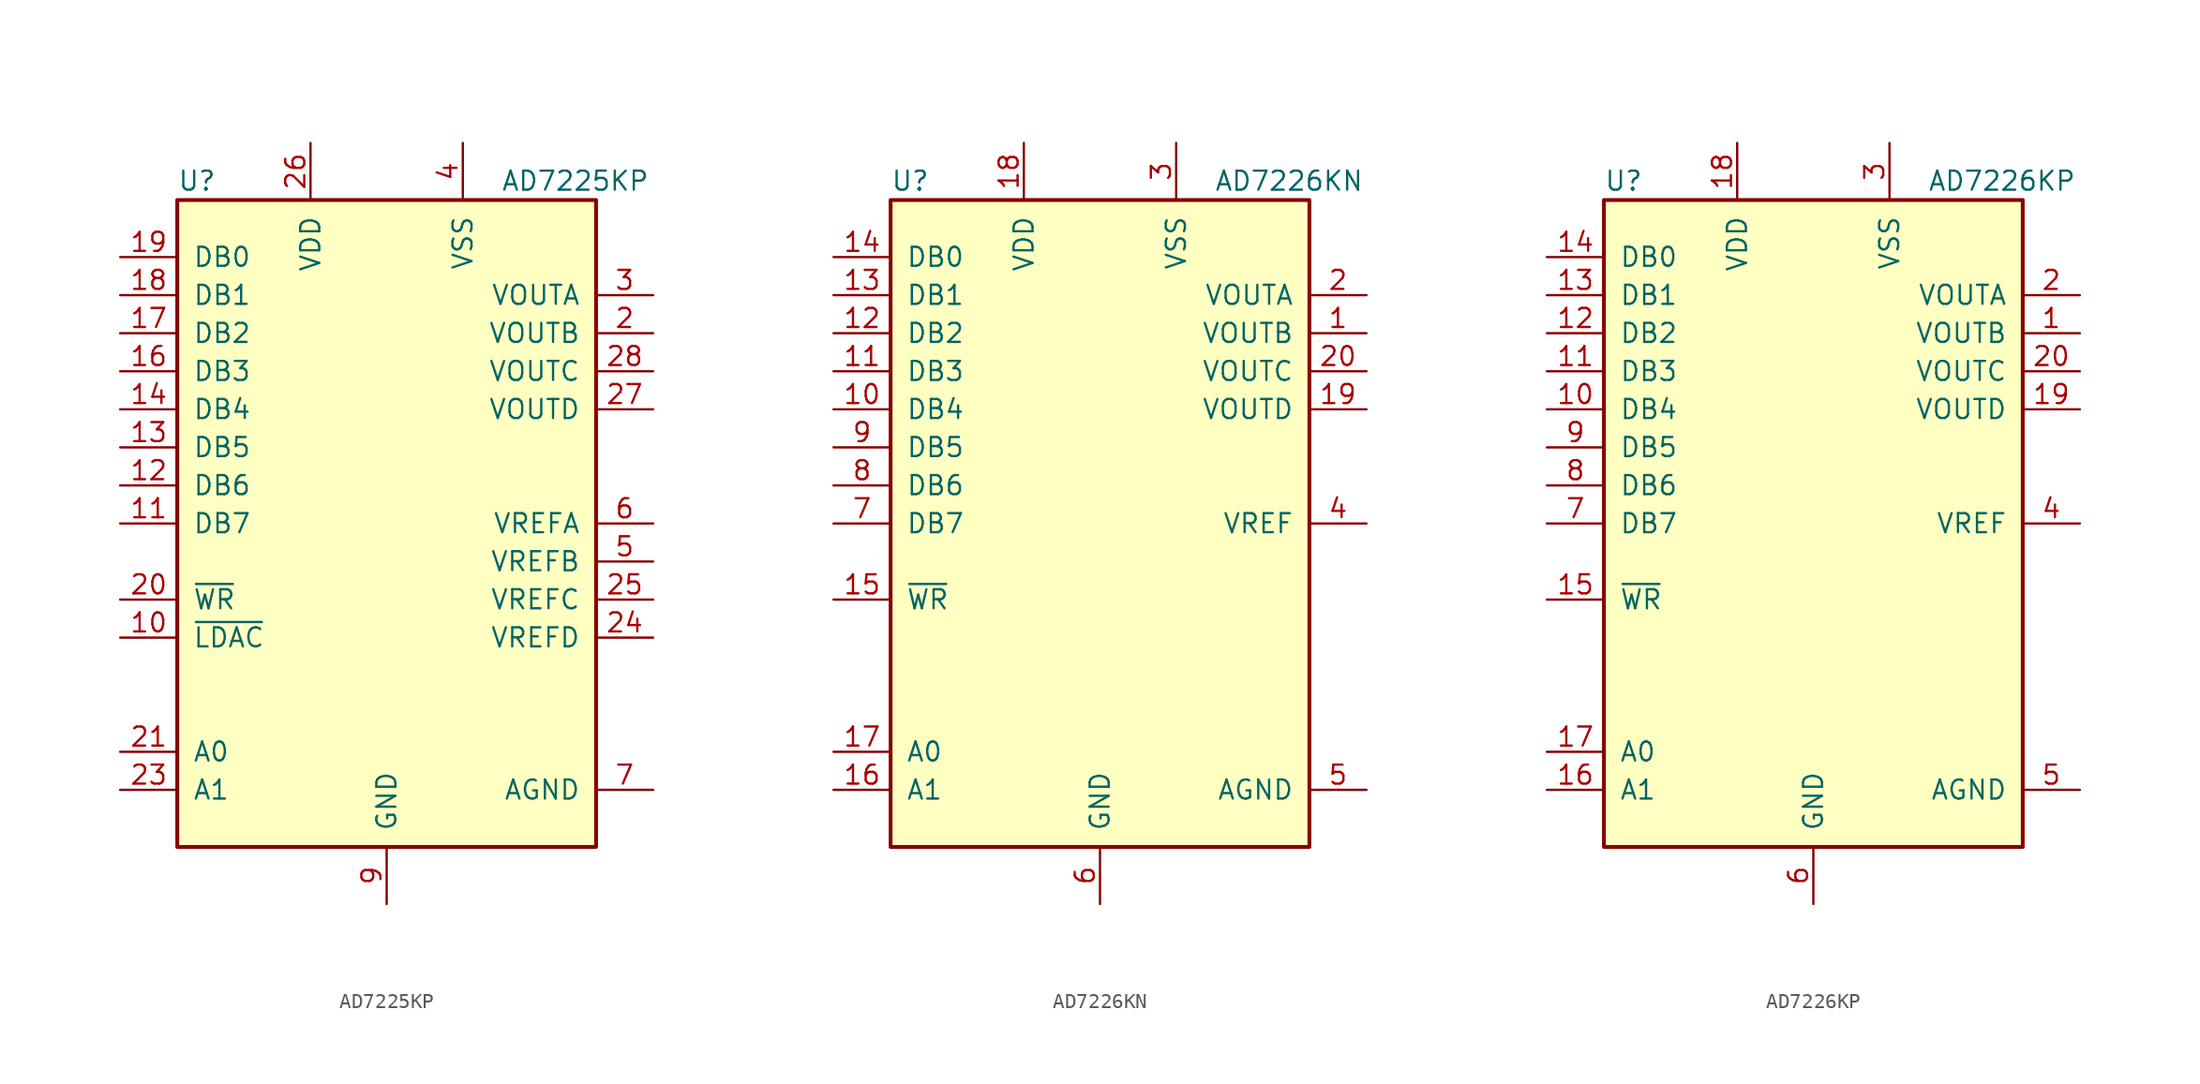
<source format=kicad_sym>
(kicad_symbol_lib
  (version 20201005)
  (generator kicad_symbol_editor)
  (symbol "Analog_DAC:AD7225KP"
    (pin_names
      (offset 1.016))
    (property "Reference" "U"
      (at -13.97 22.86 0)
      (effects (font (size 1.27 1.27)) (justify left)))
    (property "Value" "AD7225KP"
      (at 7.62 22.86 0)
      (effects (font (size 1.27 1.27)) (justify left)))
    (symbol "AD7225KP_0_1"
      (rectangle (start -13.97 -21.59) (end 13.97 21.59) (stroke (width 0.254)) (fill (type background))))
    (symbol "AD7225KP_1_1"
      (pin input line (at -17.78 -7.62 0) (length 3.81) (name "~LDAC" (effects (font (size 1.27 1.27)))) (number "10" (effects (font (size 1.27 1.27)))))
      (pin input line (at -17.78 0 0) (length 3.81) (name "DB7" (effects (font (size 1.27 1.27)))) (number "11" (effects (font (size 1.27 1.27)))))
      (pin input line (at -17.78 2.54 0) (length 3.81) (name "DB6" (effects (font (size 1.27 1.27)))) (number "12" (effects (font (size 1.27 1.27)))))
      (pin input line (at -17.78 5.08 0) (length 3.81) (name "DB5" (effects (font (size 1.27 1.27)))) (number "13" (effects (font (size 1.27 1.27)))))
      (pin input line (at -17.78 7.62 0) (length 3.81) (name "DB4" (effects (font (size 1.27 1.27)))) (number "14" (effects (font (size 1.27 1.27)))))
      (pin input line (at -17.78 10.16 0) (length 3.81) (name "DB3" (effects (font (size 1.27 1.27)))) (number "16" (effects (font (size 1.27 1.27)))))
      (pin input line (at -17.78 12.7 0) (length 3.81) (name "DB2" (effects (font (size 1.27 1.27)))) (number "17" (effects (font (size 1.27 1.27)))))
      (pin input line (at -17.78 15.24 0) (length 3.81) (name "DB1" (effects (font (size 1.27 1.27)))) (number "18" (effects (font (size 1.27 1.27)))))
      (pin input line (at -17.78 17.78 0) (length 3.81) (name "DB0" (effects (font (size 1.27 1.27)))) (number "19" (effects (font (size 1.27 1.27)))))
      (pin output line (at 17.78 12.7 180) (length 3.81) (name "VOUTB" (effects (font (size 1.27 1.27)))) (number "2" (effects (font (size 1.27 1.27)))))
      (pin input line (at -17.78 -5.08 0) (length 3.81) (name "~WR" (effects (font (size 1.27 1.27)))) (number "20" (effects (font (size 1.27 1.27)))))
      (pin input line (at -17.78 -15.24 0) (length 3.81) (name "A0" (effects (font (size 1.27 1.27)))) (number "21" (effects (font (size 1.27 1.27)))))
      (pin input line (at -17.78 -17.78 0) (length 3.81) (name "A1" (effects (font (size 1.27 1.27)))) (number "23" (effects (font (size 1.27 1.27)))))
      (pin input line (at 17.78 -7.62 180) (length 3.81) (name "VREFD" (effects (font (size 1.27 1.27)))) (number "24" (effects (font (size 1.27 1.27)))))
      (pin input line (at 17.78 -5.08 180) (length 3.81) (name "VREFC" (effects (font (size 1.27 1.27)))) (number "25" (effects (font (size 1.27 1.27)))))
      (pin power_in line (at -5.08 25.4 270) (length 3.81) (name "VDD" (effects (font (size 1.27 1.27)))) (number "26" (effects (font (size 1.27 1.27)))))
      (pin output line (at 17.78 7.62 180) (length 3.81) (name "VOUTD" (effects (font (size 1.27 1.27)))) (number "27" (effects (font (size 1.27 1.27)))))
      (pin output line (at 17.78 10.16 180) (length 3.81) (name "VOUTC" (effects (font (size 1.27 1.27)))) (number "28" (effects (font (size 1.27 1.27)))))
      (pin output line (at 17.78 15.24 180) (length 3.81) (name "VOUTA" (effects (font (size 1.27 1.27)))) (number "3" (effects (font (size 1.27 1.27)))))
      (pin power_in line (at 5.08 25.4 270) (length 3.81) (name "VSS" (effects (font (size 1.27 1.27)))) (number "4" (effects (font (size 1.27 1.27)))))
      (pin input line (at 17.78 -2.54 180) (length 3.81) (name "VREFB" (effects (font (size 1.27 1.27)))) (number "5" (effects (font (size 1.27 1.27)))))
      (pin input line (at 17.78 0 180) (length 3.81) (name "VREFA" (effects (font (size 1.27 1.27)))) (number "6" (effects (font (size 1.27 1.27)))))
      (pin input line (at 17.78 -17.78 180) (length 3.81) (name "AGND" (effects (font (size 1.27 1.27)))) (number "7" (effects (font (size 1.27 1.27)))))
      (pin power_in line (at 0 -25.4 90) (length 3.81) (name "GND" (effects (font (size 1.27 1.27)))) (number "9" (effects (font (size 1.27 1.27)))))))
  (symbol "Analog_DAC:AD7226KN"
    (pin_names
      (offset 1.016))
    (property "Reference" "U"
      (at -13.97 22.86 0)
      (effects (font (size 1.27 1.27)) (justify left)))
    (property "Value" "AD7226KN"
      (at 7.62 22.86 0)
      (effects (font (size 1.27 1.27)) (justify left)))
    (symbol "AD7226KN_0_1"
      (rectangle (start -13.97 -21.59) (end 13.97 21.59) (stroke (width 0.254)) (fill (type background))))
    (symbol "AD7226KN_1_1"
      (pin output line (at 17.78 12.7 180) (length 3.81) (name "VOUTB" (effects (font (size 1.27 1.27)))) (number "1" (effects (font (size 1.27 1.27)))))
      (pin input line (at -17.78 7.62 0) (length 3.81) (name "DB4" (effects (font (size 1.27 1.27)))) (number "10" (effects (font (size 1.27 1.27)))))
      (pin input line (at -17.78 10.16 0) (length 3.81) (name "DB3" (effects (font (size 1.27 1.27)))) (number "11" (effects (font (size 1.27 1.27)))))
      (pin input line (at -17.78 12.7 0) (length 3.81) (name "DB2" (effects (font (size 1.27 1.27)))) (number "12" (effects (font (size 1.27 1.27)))))
      (pin input line (at -17.78 15.24 0) (length 3.81) (name "DB1" (effects (font (size 1.27 1.27)))) (number "13" (effects (font (size 1.27 1.27)))))
      (pin input line (at -17.78 17.78 0) (length 3.81) (name "DB0" (effects (font (size 1.27 1.27)))) (number "14" (effects (font (size 1.27 1.27)))))
      (pin input line (at -17.78 -5.08 0) (length 3.81) (name "~WR" (effects (font (size 1.27 1.27)))) (number "15" (effects (font (size 1.27 1.27)))))
      (pin input line (at -17.78 -17.78 0) (length 3.81) (name "A1" (effects (font (size 1.27 1.27)))) (number "16" (effects (font (size 1.27 1.27)))))
      (pin input line (at -17.78 -15.24 0) (length 3.81) (name "A0" (effects (font (size 1.27 1.27)))) (number "17" (effects (font (size 1.27 1.27)))))
      (pin power_in line (at -5.08 25.4 270) (length 3.81) (name "VDD" (effects (font (size 1.27 1.27)))) (number "18" (effects (font (size 1.27 1.27)))))
      (pin output line (at 17.78 7.62 180) (length 3.81) (name "VOUTD" (effects (font (size 1.27 1.27)))) (number "19" (effects (font (size 1.27 1.27)))))
      (pin output line (at 17.78 15.24 180) (length 3.81) (name "VOUTA" (effects (font (size 1.27 1.27)))) (number "2" (effects (font (size 1.27 1.27)))))
      (pin output line (at 17.78 10.16 180) (length 3.81) (name "VOUTC" (effects (font (size 1.27 1.27)))) (number "20" (effects (font (size 1.27 1.27)))))
      (pin power_in line (at 5.08 25.4 270) (length 3.81) (name "VSS" (effects (font (size 1.27 1.27)))) (number "3" (effects (font (size 1.27 1.27)))))
      (pin input line (at 17.78 0 180) (length 3.81) (name "VREF" (effects (font (size 1.27 1.27)))) (number "4" (effects (font (size 1.27 1.27)))))
      (pin input line (at 17.78 -17.78 180) (length 3.81) (name "AGND" (effects (font (size 1.27 1.27)))) (number "5" (effects (font (size 1.27 1.27)))))
      (pin power_in line (at 0 -25.4 90) (length 3.81) (name "GND" (effects (font (size 1.27 1.27)))) (number "6" (effects (font (size 1.27 1.27)))))
      (pin input line (at -17.78 0 0) (length 3.81) (name "DB7" (effects (font (size 1.27 1.27)))) (number "7" (effects (font (size 1.27 1.27)))))
      (pin input line (at -17.78 2.54 0) (length 3.81) (name "DB6" (effects (font (size 1.27 1.27)))) (number "8" (effects (font (size 1.27 1.27)))))
      (pin input line (at -17.78 5.08 0) (length 3.81) (name "DB5" (effects (font (size 1.27 1.27)))) (number "9" (effects (font (size 1.27 1.27)))))))
  (symbol "Analog_DAC:AD7226KP"
    (pin_names
      (offset 1.016))
    (property "Reference" "U"
      (at -13.97 22.86 0)
      (effects (font (size 1.27 1.27)) (justify left)))
    (property "Value" "AD7226KP"
      (at 7.62 22.86 0)
      (effects (font (size 1.27 1.27)) (justify left)))
    (symbol "AD7226KP_0_1"
      (rectangle (start -13.97 -21.59) (end 13.97 21.59) (stroke (width 0.254)) (fill (type background))))
    (symbol "AD7226KP_1_1"
      (pin output line (at 17.78 12.7 180) (length 3.81) (name "VOUTB" (effects (font (size 1.27 1.27)))) (number "1" (effects (font (size 1.27 1.27)))))
      (pin input line (at -17.78 7.62 0) (length 3.81) (name "DB4" (effects (font (size 1.27 1.27)))) (number "10" (effects (font (size 1.27 1.27)))))
      (pin input line (at -17.78 10.16 0) (length 3.81) (name "DB3" (effects (font (size 1.27 1.27)))) (number "11" (effects (font (size 1.27 1.27)))))
      (pin input line (at -17.78 12.7 0) (length 3.81) (name "DB2" (effects (font (size 1.27 1.27)))) (number "12" (effects (font (size 1.27 1.27)))))
      (pin input line (at -17.78 15.24 0) (length 3.81) (name "DB1" (effects (font (size 1.27 1.27)))) (number "13" (effects (font (size 1.27 1.27)))))
      (pin input line (at -17.78 17.78 0) (length 3.81) (name "DB0" (effects (font (size 1.27 1.27)))) (number "14" (effects (font (size 1.27 1.27)))))
      (pin input line (at -17.78 -5.08 0) (length 3.81) (name "~WR" (effects (font (size 1.27 1.27)))) (number "15" (effects (font (size 1.27 1.27)))))
      (pin input line (at -17.78 -17.78 0) (length 3.81) (name "A1" (effects (font (size 1.27 1.27)))) (number "16" (effects (font (size 1.27 1.27)))))
      (pin input line (at -17.78 -15.24 0) (length 3.81) (name "A0" (effects (font (size 1.27 1.27)))) (number "17" (effects (font (size 1.27 1.27)))))
      (pin power_in line (at -5.08 25.4 270) (length 3.81) (name "VDD" (effects (font (size 1.27 1.27)))) (number "18" (effects (font (size 1.27 1.27)))))
      (pin output line (at 17.78 7.62 180) (length 3.81) (name "VOUTD" (effects (font (size 1.27 1.27)))) (number "19" (effects (font (size 1.27 1.27)))))
      (pin output line (at 17.78 15.24 180) (length 3.81) (name "VOUTA" (effects (font (size 1.27 1.27)))) (number "2" (effects (font (size 1.27 1.27)))))
      (pin output line (at 17.78 10.16 180) (length 3.81) (name "VOUTC" (effects (font (size 1.27 1.27)))) (number "20" (effects (font (size 1.27 1.27)))))
      (pin power_in line (at 5.08 25.4 270) (length 3.81) (name "VSS" (effects (font (size 1.27 1.27)))) (number "3" (effects (font (size 1.27 1.27)))))
      (pin input line (at 17.78 0 180) (length 3.81) (name "VREF" (effects (font (size 1.27 1.27)))) (number "4" (effects (font (size 1.27 1.27)))))
      (pin input line (at 17.78 -17.78 180) (length 3.81) (name "AGND" (effects (font (size 1.27 1.27)))) (number "5" (effects (font (size 1.27 1.27)))))
      (pin power_in line (at 0 -25.4 90) (length 3.81) (name "GND" (effects (font (size 1.27 1.27)))) (number "6" (effects (font (size 1.27 1.27)))))
      (pin input line (at -17.78 0 0) (length 3.81) (name "DB7" (effects (font (size 1.27 1.27)))) (number "7" (effects (font (size 1.27 1.27)))))
      (pin input line (at -17.78 2.54 0) (length 3.81) (name "DB6" (effects (font (size 1.27 1.27)))) (number "8" (effects (font (size 1.27 1.27)))))
      (pin input line (at -17.78 5.08 0) (length 3.81) (name "DB5" (effects (font (size 1.27 1.27)))) (number "9" (effects (font (size 1.27 1.27))))))))
</source>
